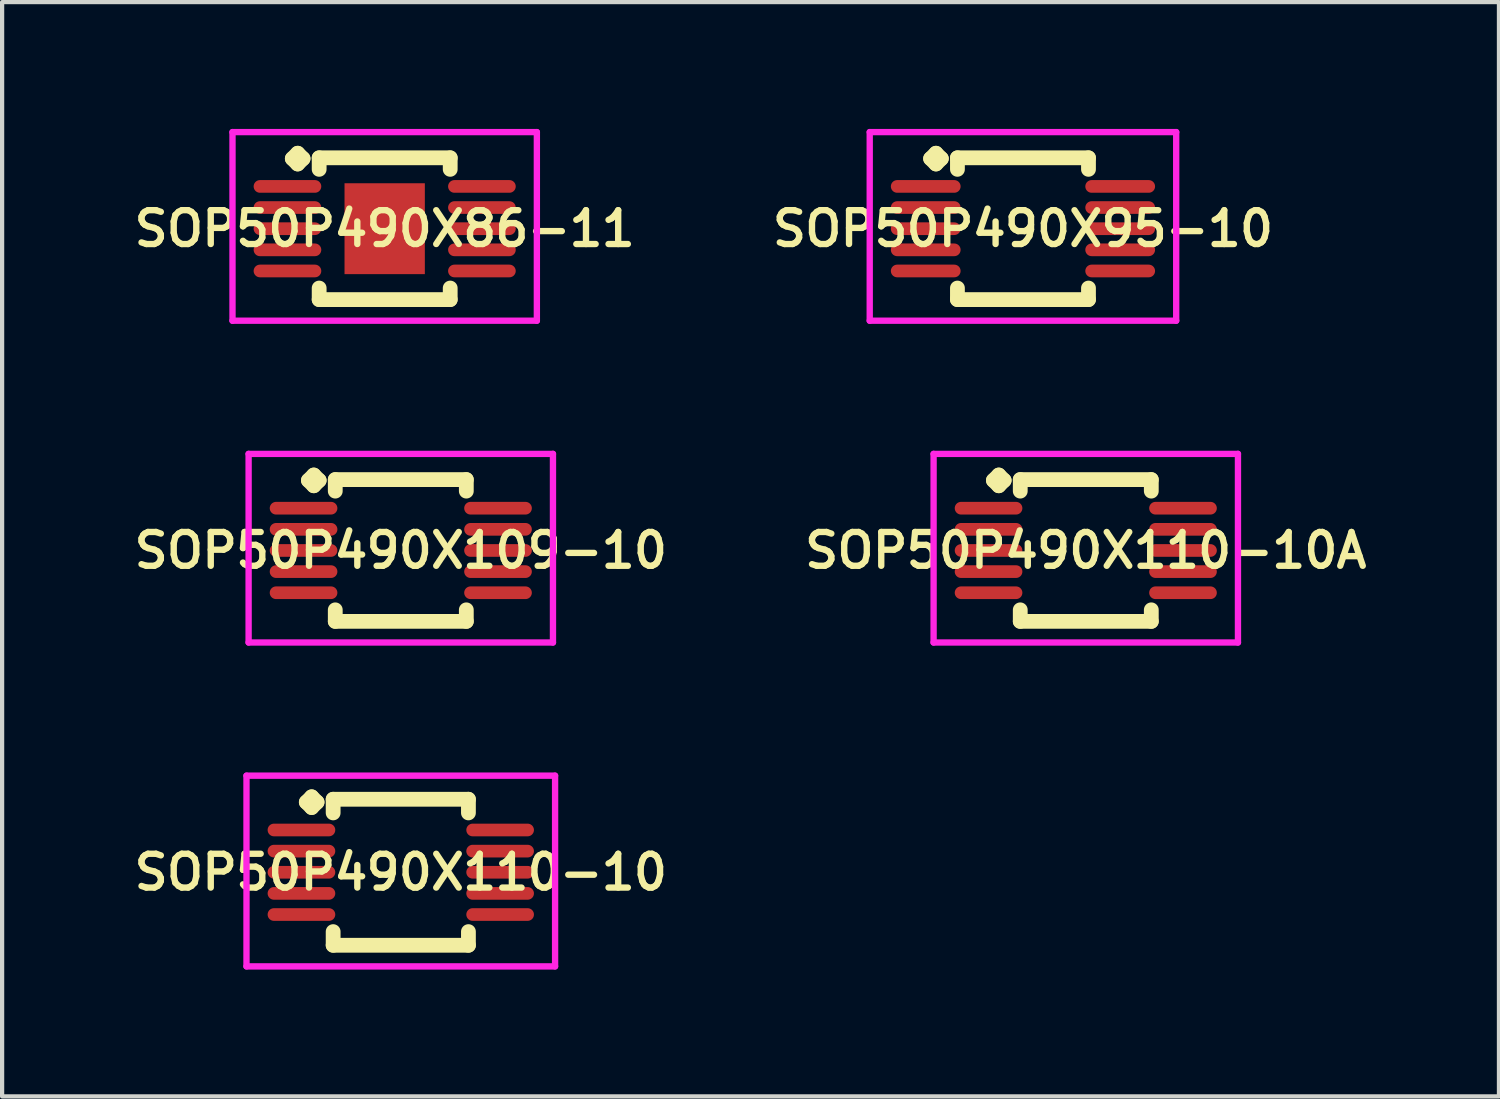
<source format=kicad_pcb>
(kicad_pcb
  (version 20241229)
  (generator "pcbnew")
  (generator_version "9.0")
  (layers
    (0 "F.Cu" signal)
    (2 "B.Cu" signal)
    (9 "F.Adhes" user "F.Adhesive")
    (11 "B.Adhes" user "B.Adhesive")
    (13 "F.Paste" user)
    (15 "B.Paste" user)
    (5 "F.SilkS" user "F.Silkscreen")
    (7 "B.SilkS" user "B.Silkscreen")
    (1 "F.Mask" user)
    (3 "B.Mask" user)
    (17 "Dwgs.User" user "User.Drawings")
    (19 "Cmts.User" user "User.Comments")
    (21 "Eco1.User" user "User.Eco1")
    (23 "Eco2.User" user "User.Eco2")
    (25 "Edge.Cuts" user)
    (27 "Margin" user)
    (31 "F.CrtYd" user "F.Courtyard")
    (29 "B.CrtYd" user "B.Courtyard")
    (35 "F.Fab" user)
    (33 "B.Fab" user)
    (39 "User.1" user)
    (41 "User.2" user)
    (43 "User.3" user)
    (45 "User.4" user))
  (footprint "SOP50P490X110-10"
    (layer "F.Cu")
    (at 6.431 17.584)
    (property "Reference" "SOP50P490X110-10" (at 0 0 0) (layer "F.SilkS") (effects (font (size 0.8 0.8) (thickness 0.15))))
    (attr smd)
    (fp_line (start -2.235 -1.658) (end -2.108 -1.785) (stroke (width 0.35) (type solid)) (layer "F.SilkS"))
    (fp_line (start -2.108 -1.785) (end -1.981 -1.658) (stroke (width 0.35) (type solid)) (layer "F.SilkS"))
    (fp_line (start -2.108 -1.531) (end -2.235 -1.658) (stroke (width 0.35) (type solid)) (layer "F.SilkS"))
    (fp_line (start -1.981 -1.658) (end -2.108 -1.531) (stroke (width 0.35) (type solid)) (layer "F.SilkS"))
    (fp_line (start -1.6 -1.727) (end 1.6 -1.727) (stroke (width 0.35) (type solid)) (layer "F.SilkS"))
    (fp_line (start -1.6 -1.404) (end -1.6 -1.727) (stroke (width 0.35) (type solid)) (layer "F.SilkS"))
    (fp_line (start -1.6 1.404) (end -1.6 1.727) (stroke (width 0.35) (type solid)) (layer "F.SilkS"))
    (fp_line (start -1.6 1.727) (end 1.6 1.727) (stroke (width 0.35) (type solid)) (layer "F.SilkS"))
    (fp_line (start 1.6 -1.727) (end 1.6 -1.404) (stroke (width 0.35) (type solid)) (layer "F.SilkS"))
    (fp_line (start 1.6 1.727) (end 1.6 1.404) (stroke (width 0.35) (type solid)) (layer "F.SilkS"))
    (fp_line (start -3.65 -2.285) (end 3.65 -2.285) (stroke (width 0.15) (type solid)) (layer "F.CrtYd"))
    (fp_line (start -3.65 2.227) (end -3.65 -2.285) (stroke (width 0.15) (type solid)) (layer "F.CrtYd"))
    (fp_line (start 3.65 -2.285) (end 3.65 2.227) (stroke (width 0.15) (type solid)) (layer "F.CrtYd"))
    (fp_line (start 3.65 2.227) (end -3.65 2.227) (stroke (width 0.15) (type solid)) (layer "F.CrtYd"))
    (pad "1" smd oval (at -2.35 -1) (size 1.6 0.3) (layers "F.Cu" "F.Mask" "F.Paste"))
    (pad "2" smd oval (at -2.35 -0.5) (size 1.6 0.3) (layers "F.Cu" "F.Mask" "F.Paste"))
    (pad "3" smd oval (at -2.35 0) (size 1.6 0.3) (layers "F.Cu" "F.Mask" "F.Paste"))
    (pad "4" smd oval (at -2.35 0.5) (size 1.6 0.3) (layers "F.Cu" "F.Mask" "F.Paste"))
    (pad "5" smd oval (at -2.35 1) (size 1.6 0.3) (layers "F.Cu" "F.Mask" "F.Paste"))
    (pad "6" smd oval (at 2.35 1) (size 1.6 0.3) (layers "F.Cu" "F.Mask" "F.Paste"))
    (pad "7" smd oval (at 2.35 0.5) (size 1.6 0.3) (layers "F.Cu" "F.Mask" "F.Paste"))
    (pad "8" smd oval (at 2.35 0) (size 1.6 0.3) (layers "F.Cu" "F.Mask" "F.Paste"))
    (pad "9" smd oval (at 2.35 -0.5) (size 1.6 0.3) (layers "F.Cu" "F.Mask" "F.Paste"))
    (pad "10" smd oval (at 2.35 -1) (size 1.6 0.3) (layers "F.Cu" "F.Mask" "F.Paste")))
  (footprint "SOP50P490X109-10"
    (layer "F.Cu")
    (at 6.431 9.972)
    (property "Reference" "SOP50P490X109-10" (at 0 0 0) (layer "F.SilkS") (effects (font (size 0.8 0.8) (thickness 0.15))))
    (attr through_hole)
    (fp_line (start -2.185 -1.658) (end -2.058 -1.785) (stroke (width 0.35) (type solid)) (layer "F.SilkS"))
    (fp_line (start -2.058 -1.785) (end -1.931 -1.658) (stroke (width 0.35) (type solid)) (layer "F.SilkS"))
    (fp_line (start -2.058 -1.531) (end -2.185 -1.658) (stroke (width 0.35) (type solid)) (layer "F.SilkS"))
    (fp_line (start -1.931 -1.658) (end -2.058 -1.531) (stroke (width 0.35) (type solid)) (layer "F.SilkS"))
    (fp_line (start -1.55 -1.677) (end 1.55 -1.677) (stroke (width 0.35) (type solid)) (layer "F.SilkS"))
    (fp_line (start -1.55 -1.404) (end -1.55 -1.677) (stroke (width 0.35) (type solid)) (layer "F.SilkS"))
    (fp_line (start -1.55 1.404) (end -1.55 1.677) (stroke (width 0.35) (type solid)) (layer "F.SilkS"))
    (fp_line (start -1.55 1.677) (end 1.55 1.677) (stroke (width 0.35) (type solid)) (layer "F.SilkS"))
    (fp_line (start 1.55 -1.677) (end 1.55 -1.404) (stroke (width 0.35) (type solid)) (layer "F.SilkS"))
    (fp_line (start 1.55 1.677) (end 1.55 1.404) (stroke (width 0.35) (type solid)) (layer "F.SilkS"))
    (fp_line (start -3.6 -2.285) (end 3.6 -2.285) (stroke (width 0.15) (type solid)) (layer "F.CrtYd"))
    (fp_line (start -3.6 2.177) (end -3.6 -2.285) (stroke (width 0.15) (type solid)) (layer "F.CrtYd"))
    (fp_line (start 3.6 -2.285) (end 3.6 2.177) (stroke (width 0.15) (type solid)) (layer "F.CrtYd"))
    (fp_line (start 3.6 2.177) (end -3.6 2.177) (stroke (width 0.15) (type solid)) (layer "F.CrtYd"))
    (pad "1" smd oval (at -2.3 -1) (size 1.6 0.3) (layers "F.Cu" "F.Mask" "F.Paste"))
    (pad "2" smd oval (at -2.3 -0.5) (size 1.6 0.3) (layers "F.Cu" "F.Mask" "F.Paste"))
    (pad "3" smd oval (at -2.3 0) (size 1.6 0.3) (layers "F.Cu" "F.Mask" "F.Paste"))
    (pad "4" smd oval (at -2.3 0.5) (size 1.6 0.3) (layers "F.Cu" "F.Mask" "F.Paste"))
    (pad "5" smd oval (at -2.3 1) (size 1.6 0.3) (layers "F.Cu" "F.Mask" "F.Paste"))
    (pad "6" smd oval (at 2.3 1) (size 1.6 0.3) (layers "F.Cu" "F.Mask" "F.Paste"))
    (pad "7" smd oval (at 2.3 0.5) (size 1.6 0.3) (layers "F.Cu" "F.Mask" "F.Paste"))
    (pad "8" smd oval (at 2.3 0) (size 1.6 0.3) (layers "F.Cu" "F.Mask" "F.Paste"))
    (pad "9" smd oval (at 2.3 -0.5) (size 1.6 0.3) (layers "F.Cu" "F.Mask" "F.Paste"))
    (pad "10" smd oval (at 2.3 -1) (size 1.6 0.3) (layers "F.Cu" "F.Mask" "F.Paste")))
  (footprint "SOP50P490X110-10A"
    (layer "F.Cu")
    (at 22.635 9.972)
    (property "Reference" "SOP50P490X110-10A" (at 0 0 0) (layer "F.SilkS") (effects (font (size 0.8 0.8) (thickness 0.15))))
    (attr smd)
    (fp_line (start -2.185 -1.658) (end -2.058 -1.785) (stroke (width 0.35) (type solid)) (layer "F.SilkS"))
    (fp_line (start -2.058 -1.785) (end -1.931 -1.658) (stroke (width 0.35) (type solid)) (layer "F.SilkS"))
    (fp_line (start -2.058 -1.531) (end -2.185 -1.658) (stroke (width 0.35) (type solid)) (layer "F.SilkS"))
    (fp_line (start -1.931 -1.658) (end -2.058 -1.531) (stroke (width 0.35) (type solid)) (layer "F.SilkS"))
    (fp_line (start -1.55 -1.677) (end 1.55 -1.677) (stroke (width 0.35) (type solid)) (layer "F.SilkS"))
    (fp_line (start -1.55 -1.404) (end -1.55 -1.677) (stroke (width 0.35) (type solid)) (layer "F.SilkS"))
    (fp_line (start -1.55 1.404) (end -1.55 1.677) (stroke (width 0.35) (type solid)) (layer "F.SilkS"))
    (fp_line (start -1.55 1.677) (end 1.55 1.677) (stroke (width 0.35) (type solid)) (layer "F.SilkS"))
    (fp_line (start 1.55 -1.677) (end 1.55 -1.404) (stroke (width 0.35) (type solid)) (layer "F.SilkS"))
    (fp_line (start 1.55 1.677) (end 1.55 1.404) (stroke (width 0.35) (type solid)) (layer "F.SilkS"))
    (fp_line (start -3.6 -2.285) (end 3.6 -2.285) (stroke (width 0.15) (type solid)) (layer "F.CrtYd"))
    (fp_line (start -3.6 2.177) (end -3.6 -2.285) (stroke (width 0.15) (type solid)) (layer "F.CrtYd"))
    (fp_line (start 3.6 -2.285) (end 3.6 2.177) (stroke (width 0.15) (type solid)) (layer "F.CrtYd"))
    (fp_line (start 3.6 2.177) (end -3.6 2.177) (stroke (width 0.15) (type solid)) (layer "F.CrtYd"))
    (pad "1" smd oval (at -2.3 -1) (size 1.6 0.3) (layers "F.Cu" "F.Mask" "F.Paste"))
    (pad "2" smd oval (at -2.3 -0.5) (size 1.6 0.3) (layers "F.Cu" "F.Mask" "F.Paste"))
    (pad "3" smd oval (at -2.3 0) (size 1.6 0.3) (layers "F.Cu" "F.Mask" "F.Paste"))
    (pad "4" smd oval (at -2.3 0.5) (size 1.6 0.3) (layers "F.Cu" "F.Mask" "F.Paste"))
    (pad "5" smd oval (at -2.3 1) (size 1.6 0.3) (layers "F.Cu" "F.Mask" "F.Paste"))
    (pad "6" smd oval (at 2.3 1) (size 1.6 0.3) (layers "F.Cu" "F.Mask" "F.Paste"))
    (pad "7" smd oval (at 2.3 0.5) (size 1.6 0.3) (layers "F.Cu" "F.Mask" "F.Paste"))
    (pad "8" smd oval (at 2.3 0) (size 1.6 0.3) (layers "F.Cu" "F.Mask" "F.Paste"))
    (pad "9" smd oval (at 2.3 -0.5) (size 1.6 0.3) (layers "F.Cu" "F.Mask" "F.Paste"))
    (pad "10" smd oval (at 2.3 -1) (size 1.6 0.3) (layers "F.Cu" "F.Mask" "F.Paste")))
  (footprint "SOP50P490X86-11"
    (layer "F.Cu")
    (at 6.05 2.36)
    (property "Reference" "SOP50P490X86-11" (at 0 0 0) (layer "F.SilkS") (effects (font (size 0.8 0.8) (thickness 0.15))))
    (attr through_hole)
    (fp_line (start -2.185 -1.658) (end -2.058 -1.785) (stroke (width 0.35) (type solid)) (layer "F.SilkS"))
    (fp_line (start -2.058 -1.785) (end -1.931 -1.658) (stroke (width 0.35) (type solid)) (layer "F.SilkS"))
    (fp_line (start -2.058 -1.531) (end -2.185 -1.658) (stroke (width 0.35) (type solid)) (layer "F.SilkS"))
    (fp_line (start -1.931 -1.658) (end -2.058 -1.531) (stroke (width 0.35) (type solid)) (layer "F.SilkS"))
    (fp_line (start -1.55 -1.677) (end 1.55 -1.677) (stroke (width 0.35) (type solid)) (layer "F.SilkS"))
    (fp_line (start -1.55 -1.404) (end -1.55 -1.677) (stroke (width 0.35) (type solid)) (layer "F.SilkS"))
    (fp_line (start -1.55 1.404) (end -1.55 1.677) (stroke (width 0.35) (type solid)) (layer "F.SilkS"))
    (fp_line (start -1.55 1.677) (end 1.55 1.677) (stroke (width 0.35) (type solid)) (layer "F.SilkS"))
    (fp_line (start 1.55 -1.677) (end 1.55 -1.404) (stroke (width 0.35) (type solid)) (layer "F.SilkS"))
    (fp_line (start 1.55 1.677) (end 1.55 1.404) (stroke (width 0.35) (type solid)) (layer "F.SilkS"))
    (fp_line (start -3.6 -2.285) (end 3.6 -2.285) (stroke (width 0.15) (type solid)) (layer "F.CrtYd"))
    (fp_line (start -3.6 2.177) (end -3.6 -2.285) (stroke (width 0.15) (type solid)) (layer "F.CrtYd"))
    (fp_line (start 3.6 -2.285) (end 3.6 2.177) (stroke (width 0.15) (type solid)) (layer "F.CrtYd"))
    (fp_line (start 3.6 2.177) (end -3.6 2.177) (stroke (width 0.15) (type solid)) (layer "F.CrtYd"))
    (pad "1" smd oval (at -2.3 -1) (size 1.6 0.3) (layers "F.Cu" "F.Mask" "F.Paste"))
    (pad "2" smd oval (at -2.3 -0.5) (size 1.6 0.3) (layers "F.Cu" "F.Mask" "F.Paste"))
    (pad "3" smd oval (at -2.3 0) (size 1.6 0.3) (layers "F.Cu" "F.Mask" "F.Paste"))
    (pad "4" smd oval (at -2.3 0.5) (size 1.6 0.3) (layers "F.Cu" "F.Mask" "F.Paste"))
    (pad "5" smd oval (at -2.3 1) (size 1.6 0.3) (layers "F.Cu" "F.Mask" "F.Paste"))
    (pad "6" smd oval (at 2.3 1) (size 1.6 0.3) (layers "F.Cu" "F.Mask" "F.Paste"))
    (pad "7" smd oval (at 2.3 0.5) (size 1.6 0.3) (layers "F.Cu" "F.Mask" "F.Paste"))
    (pad "8" smd oval (at 2.3 0) (size 1.6 0.3) (layers "F.Cu" "F.Mask" "F.Paste"))
    (pad "9" smd oval (at 2.3 -0.5) (size 1.6 0.3) (layers "F.Cu" "F.Mask" "F.Paste"))
    (pad "10" smd oval (at 2.3 -1) (size 1.6 0.3) (layers "F.Cu" "F.Mask" "F.Paste"))
    (pad "11" smd rect (at 0 0) (size 1.9 2.15) (layers "F.Cu" "F.Mask" "F.Paste")))
  (footprint "SOP50P490X95-10"
    (layer "F.Cu")
    (at 21.149 2.36)
    (property "Reference" "SOP50P490X95-10" (at 0 0 0) (layer "F.SilkS") (effects (font (size 0.8 0.8) (thickness 0.15))))
    (attr smd)
    (fp_line (start -2.185 -1.658) (end -2.058 -1.785) (stroke (width 0.35) (type solid)) (layer "F.SilkS"))
    (fp_line (start -2.058 -1.785) (end -1.931 -1.658) (stroke (width 0.35) (type solid)) (layer "F.SilkS"))
    (fp_line (start -2.058 -1.531) (end -2.185 -1.658) (stroke (width 0.35) (type solid)) (layer "F.SilkS"))
    (fp_line (start -1.931 -1.658) (end -2.058 -1.531) (stroke (width 0.35) (type solid)) (layer "F.SilkS"))
    (fp_line (start -1.55 -1.677) (end 1.55 -1.677) (stroke (width 0.35) (type solid)) (layer "F.SilkS"))
    (fp_line (start -1.55 -1.404) (end -1.55 -1.677) (stroke (width 0.35) (type solid)) (layer "F.SilkS"))
    (fp_line (start -1.55 1.404) (end -1.55 1.677) (stroke (width 0.35) (type solid)) (layer "F.SilkS"))
    (fp_line (start -1.55 1.677) (end 1.55 1.677) (stroke (width 0.35) (type solid)) (layer "F.SilkS"))
    (fp_line (start 1.55 -1.677) (end 1.55 -1.404) (stroke (width 0.35) (type solid)) (layer "F.SilkS"))
    (fp_line (start 1.55 1.677) (end 1.55 1.404) (stroke (width 0.35) (type solid)) (layer "F.SilkS"))
    (fp_line (start -3.625 -2.285) (end 3.625 -2.285) (stroke (width 0.15) (type solid)) (layer "F.CrtYd"))
    (fp_line (start -3.625 2.177) (end -3.625 -2.285) (stroke (width 0.15) (type solid)) (layer "F.CrtYd"))
    (fp_line (start 3.625 -2.285) (end 3.625 2.177) (stroke (width 0.15) (type solid)) (layer "F.CrtYd"))
    (fp_line (start 3.625 2.177) (end -3.625 2.177) (stroke (width 0.15) (type solid)) (layer "F.CrtYd"))
    (pad "1" smd oval (at -2.3 -1) (size 1.65 0.3) (layers "F.Cu" "F.Mask" "F.Paste"))
    (pad "2" smd oval (at -2.3 -0.5) (size 1.65 0.3) (layers "F.Cu" "F.Mask" "F.Paste"))
    (pad "3" smd oval (at -2.3 0) (size 1.65 0.3) (layers "F.Cu" "F.Mask" "F.Paste"))
    (pad "4" smd oval (at -2.3 0.5) (size 1.65 0.3) (layers "F.Cu" "F.Mask" "F.Paste"))
    (pad "5" smd oval (at -2.3 1) (size 1.65 0.3) (layers "F.Cu" "F.Mask" "F.Paste"))
    (pad "6" smd oval (at 2.3 1) (size 1.65 0.3) (layers "F.Cu" "F.Mask" "F.Paste"))
    (pad "7" smd oval (at 2.3 0.5) (size 1.65 0.3) (layers "F.Cu" "F.Mask" "F.Paste"))
    (pad "8" smd oval (at 2.3 0) (size 1.65 0.3) (layers "F.Cu" "F.Mask" "F.Paste"))
    (pad "9" smd oval (at 2.3 -0.5) (size 1.65 0.3) (layers "F.Cu" "F.Mask" "F.Paste"))
    (pad "10" smd oval (at 2.3 -1) (size 1.65 0.3) (layers "F.Cu" "F.Mask" "F.Paste")))
  (gr_rect
    (start -3 -3)
    (end 32.409 22.886)
    (stroke (width 0.1) (type default))
    (fill no)
    (layer "Edge.Cuts")))
</source>
